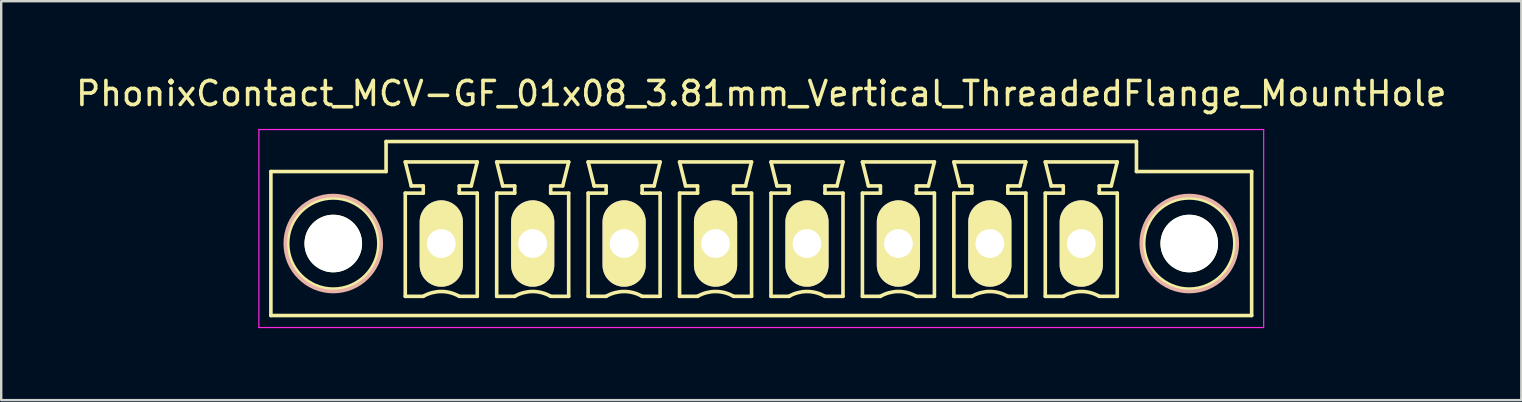
<source format=kicad_pcb>
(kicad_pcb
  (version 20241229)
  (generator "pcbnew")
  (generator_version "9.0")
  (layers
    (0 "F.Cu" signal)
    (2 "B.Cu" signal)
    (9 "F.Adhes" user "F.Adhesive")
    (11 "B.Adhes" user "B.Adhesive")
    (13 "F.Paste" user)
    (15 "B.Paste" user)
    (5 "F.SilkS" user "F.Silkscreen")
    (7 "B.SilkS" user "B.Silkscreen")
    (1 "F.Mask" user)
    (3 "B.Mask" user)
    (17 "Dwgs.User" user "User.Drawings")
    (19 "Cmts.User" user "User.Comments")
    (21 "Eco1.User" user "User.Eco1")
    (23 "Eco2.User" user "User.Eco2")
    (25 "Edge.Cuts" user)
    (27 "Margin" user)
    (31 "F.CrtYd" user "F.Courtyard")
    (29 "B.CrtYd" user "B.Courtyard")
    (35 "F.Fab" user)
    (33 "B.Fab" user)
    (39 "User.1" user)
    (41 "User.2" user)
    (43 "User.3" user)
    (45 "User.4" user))
  (footprint "PhonixContact_MCV-GF_01x08_3.81mm_Vertical_ThreadedFlange_MountHole"
    (layer "F.Cu")
    (at 15.338 7.098)
    (property "Reference" "PhonixContact_MCV-GF_01x08_3.81mm_Vertical_ThreadedFlange_MountHole" (at 13.335 -6.25 0) (layer "F.SilkS") (effects (font (size 1 1) (thickness 0.15))))
    (attr through_hole)
    (fp_line (start -7.1 -3) (end -7.1 3) (stroke (width 0.15) (type solid)) (layer "F.SilkS"))
    (fp_line (start -7.1 3) (end 33.77 3) (stroke (width 0.15) (type solid)) (layer "F.SilkS"))
    (fp_line (start -2.3 -4.25) (end -2.3 -3) (stroke (width 0.15) (type solid)) (layer "F.SilkS"))
    (fp_line (start -2.3 -3) (end -7.1 -3) (stroke (width 0.15) (type solid)) (layer "F.SilkS"))
    (fp_line (start -1.5 -3.4) (end 1.5 -3.4) (stroke (width 0.15) (type solid)) (layer "F.SilkS"))
    (fp_line (start -1.5 -2.1) (end -0.75 -2.1) (stroke (width 0.15) (type solid)) (layer "F.SilkS"))
    (fp_line (start -1.5 2.2) (end -1.5 -2.1) (stroke (width 0.15) (type solid)) (layer "F.SilkS"))
    (fp_line (start -1.25 -2.4) (end -1.5 -3.4) (stroke (width 0.15) (type solid)) (layer "F.SilkS"))
    (fp_line (start -0.75 -2.4) (end -1.25 -2.4) (stroke (width 0.15) (type solid)) (layer "F.SilkS"))
    (fp_line (start -0.75 -2.1) (end -0.75 -2.4) (stroke (width 0.15) (type solid)) (layer "F.SilkS"))
    (fp_line (start -0.75 2.2) (end -1.5 2.2) (stroke (width 0.15) (type solid)) (layer "F.SilkS"))
    (fp_line (start 0.75 -2.4) (end 0.75 -2.1) (stroke (width 0.15) (type solid)) (layer "F.SilkS"))
    (fp_line (start 0.75 -2.1) (end 0.75 -2.1) (stroke (width 0.15) (type solid)) (layer "F.SilkS"))
    (fp_line (start 0.75 -2.1) (end 1.5 -2.1) (stroke (width 0.15) (type solid)) (layer "F.SilkS"))
    (fp_line (start 1.25 -2.4) (end 0.75 -2.4) (stroke (width 0.15) (type solid)) (layer "F.SilkS"))
    (fp_line (start 1.5 -3.4) (end 1.25 -2.4) (stroke (width 0.15) (type solid)) (layer "F.SilkS"))
    (fp_line (start 1.5 -2.1) (end 1.5 2.2) (stroke (width 0.15) (type solid)) (layer "F.SilkS"))
    (fp_line (start 1.5 2.2) (end 0.75 2.2) (stroke (width 0.15) (type solid)) (layer "F.SilkS"))
    (fp_line (start 2.31 -3.4) (end 5.31 -3.4) (stroke (width 0.15) (type solid)) (layer "F.SilkS"))
    (fp_line (start 2.31 -2.1) (end 3.06 -2.1) (stroke (width 0.15) (type solid)) (layer "F.SilkS"))
    (fp_line (start 2.31 2.2) (end 2.31 -2.1) (stroke (width 0.15) (type solid)) (layer "F.SilkS"))
    (fp_line (start 2.56 -2.4) (end 2.31 -3.4) (stroke (width 0.15) (type solid)) (layer "F.SilkS"))
    (fp_line (start 3.06 -2.4) (end 2.56 -2.4) (stroke (width 0.15) (type solid)) (layer "F.SilkS"))
    (fp_line (start 3.06 -2.1) (end 3.06 -2.4) (stroke (width 0.15) (type solid)) (layer "F.SilkS"))
    (fp_line (start 3.06 2.2) (end 2.31 2.2) (stroke (width 0.15) (type solid)) (layer "F.SilkS"))
    (fp_line (start 4.56 -2.4) (end 4.56 -2.1) (stroke (width 0.15) (type solid)) (layer "F.SilkS"))
    (fp_line (start 4.56 -2.1) (end 4.56 -2.1) (stroke (width 0.15) (type solid)) (layer "F.SilkS"))
    (fp_line (start 4.56 -2.1) (end 5.31 -2.1) (stroke (width 0.15) (type solid)) (layer "F.SilkS"))
    (fp_line (start 5.06 -2.4) (end 4.56 -2.4) (stroke (width 0.15) (type solid)) (layer "F.SilkS"))
    (fp_line (start 5.31 -3.4) (end 5.06 -2.4) (stroke (width 0.15) (type solid)) (layer "F.SilkS"))
    (fp_line (start 5.31 -2.1) (end 5.31 2.2) (stroke (width 0.15) (type solid)) (layer "F.SilkS"))
    (fp_line (start 5.31 2.2) (end 4.56 2.2) (stroke (width 0.15) (type solid)) (layer "F.SilkS"))
    (fp_line (start 6.12 -3.4) (end 9.12 -3.4) (stroke (width 0.15) (type solid)) (layer "F.SilkS"))
    (fp_line (start 6.12 -2.1) (end 6.87 -2.1) (stroke (width 0.15) (type solid)) (layer "F.SilkS"))
    (fp_line (start 6.12 2.2) (end 6.12 -2.1) (stroke (width 0.15) (type solid)) (layer "F.SilkS"))
    (fp_line (start 6.37 -2.4) (end 6.12 -3.4) (stroke (width 0.15) (type solid)) (layer "F.SilkS"))
    (fp_line (start 6.87 -2.4) (end 6.37 -2.4) (stroke (width 0.15) (type solid)) (layer "F.SilkS"))
    (fp_line (start 6.87 -2.1) (end 6.87 -2.4) (stroke (width 0.15) (type solid)) (layer "F.SilkS"))
    (fp_line (start 6.87 2.2) (end 6.12 2.2) (stroke (width 0.15) (type solid)) (layer "F.SilkS"))
    (fp_line (start 8.37 -2.4) (end 8.37 -2.1) (stroke (width 0.15) (type solid)) (layer "F.SilkS"))
    (fp_line (start 8.37 -2.1) (end 8.37 -2.1) (stroke (width 0.15) (type solid)) (layer "F.SilkS"))
    (fp_line (start 8.37 -2.1) (end 9.12 -2.1) (stroke (width 0.15) (type solid)) (layer "F.SilkS"))
    (fp_line (start 8.87 -2.4) (end 8.37 -2.4) (stroke (width 0.15) (type solid)) (layer "F.SilkS"))
    (fp_line (start 9.12 -3.4) (end 8.87 -2.4) (stroke (width 0.15) (type solid)) (layer "F.SilkS"))
    (fp_line (start 9.12 -2.1) (end 9.12 2.2) (stroke (width 0.15) (type solid)) (layer "F.SilkS"))
    (fp_line (start 9.12 2.2) (end 8.37 2.2) (stroke (width 0.15) (type solid)) (layer "F.SilkS"))
    (fp_line (start 9.93 -3.4) (end 12.93 -3.4) (stroke (width 0.15) (type solid)) (layer "F.SilkS"))
    (fp_line (start 9.93 -2.1) (end 10.68 -2.1) (stroke (width 0.15) (type solid)) (layer "F.SilkS"))
    (fp_line (start 9.93 2.2) (end 9.93 -2.1) (stroke (width 0.15) (type solid)) (layer "F.SilkS"))
    (fp_line (start 10.18 -2.4) (end 9.93 -3.4) (stroke (width 0.15) (type solid)) (layer "F.SilkS"))
    (fp_line (start 10.68 -2.4) (end 10.18 -2.4) (stroke (width 0.15) (type solid)) (layer "F.SilkS"))
    (fp_line (start 10.68 -2.1) (end 10.68 -2.4) (stroke (width 0.15) (type solid)) (layer "F.SilkS"))
    (fp_line (start 10.68 2.2) (end 9.93 2.2) (stroke (width 0.15) (type solid)) (layer "F.SilkS"))
    (fp_line (start 12.18 -2.4) (end 12.18 -2.1) (stroke (width 0.15) (type solid)) (layer "F.SilkS"))
    (fp_line (start 12.18 -2.1) (end 12.18 -2.1) (stroke (width 0.15) (type solid)) (layer "F.SilkS"))
    (fp_line (start 12.18 -2.1) (end 12.93 -2.1) (stroke (width 0.15) (type solid)) (layer "F.SilkS"))
    (fp_line (start 12.68 -2.4) (end 12.18 -2.4) (stroke (width 0.15) (type solid)) (layer "F.SilkS"))
    (fp_line (start 12.93 -3.4) (end 12.68 -2.4) (stroke (width 0.15) (type solid)) (layer "F.SilkS"))
    (fp_line (start 12.93 -2.1) (end 12.93 2.2) (stroke (width 0.15) (type solid)) (layer "F.SilkS"))
    (fp_line (start 12.93 2.2) (end 12.18 2.2) (stroke (width 0.15) (type solid)) (layer "F.SilkS"))
    (fp_line (start 13.74 -3.4) (end 16.74 -3.4) (stroke (width 0.15) (type solid)) (layer "F.SilkS"))
    (fp_line (start 13.74 -2.1) (end 14.49 -2.1) (stroke (width 0.15) (type solid)) (layer "F.SilkS"))
    (fp_line (start 13.74 2.2) (end 13.74 -2.1) (stroke (width 0.15) (type solid)) (layer "F.SilkS"))
    (fp_line (start 13.99 -2.4) (end 13.74 -3.4) (stroke (width 0.15) (type solid)) (layer "F.SilkS"))
    (fp_line (start 14.49 -2.4) (end 13.99 -2.4) (stroke (width 0.15) (type solid)) (layer "F.SilkS"))
    (fp_line (start 14.49 -2.1) (end 14.49 -2.4) (stroke (width 0.15) (type solid)) (layer "F.SilkS"))
    (fp_line (start 14.49 2.2) (end 13.74 2.2) (stroke (width 0.15) (type solid)) (layer "F.SilkS"))
    (fp_line (start 15.99 -2.4) (end 15.99 -2.1) (stroke (width 0.15) (type solid)) (layer "F.SilkS"))
    (fp_line (start 15.99 -2.1) (end 15.99 -2.1) (stroke (width 0.15) (type solid)) (layer "F.SilkS"))
    (fp_line (start 15.99 -2.1) (end 16.74 -2.1) (stroke (width 0.15) (type solid)) (layer "F.SilkS"))
    (fp_line (start 16.49 -2.4) (end 15.99 -2.4) (stroke (width 0.15) (type solid)) (layer "F.SilkS"))
    (fp_line (start 16.74 -3.4) (end 16.49 -2.4) (stroke (width 0.15) (type solid)) (layer "F.SilkS"))
    (fp_line (start 16.74 -2.1) (end 16.74 2.2) (stroke (width 0.15) (type solid)) (layer "F.SilkS"))
    (fp_line (start 16.74 2.2) (end 15.99 2.2) (stroke (width 0.15) (type solid)) (layer "F.SilkS"))
    (fp_line (start 17.55 -3.4) (end 20.55 -3.4) (stroke (width 0.15) (type solid)) (layer "F.SilkS"))
    (fp_line (start 17.55 -2.1) (end 18.3 -2.1) (stroke (width 0.15) (type solid)) (layer "F.SilkS"))
    (fp_line (start 17.55 2.2) (end 17.55 -2.1) (stroke (width 0.15) (type solid)) (layer "F.SilkS"))
    (fp_line (start 17.8 -2.4) (end 17.55 -3.4) (stroke (width 0.15) (type solid)) (layer "F.SilkS"))
    (fp_line (start 18.3 -2.4) (end 17.8 -2.4) (stroke (width 0.15) (type solid)) (layer "F.SilkS"))
    (fp_line (start 18.3 -2.1) (end 18.3 -2.4) (stroke (width 0.15) (type solid)) (layer "F.SilkS"))
    (fp_line (start 18.3 2.2) (end 17.55 2.2) (stroke (width 0.15) (type solid)) (layer "F.SilkS"))
    (fp_line (start 19.8 -2.4) (end 19.8 -2.1) (stroke (width 0.15) (type solid)) (layer "F.SilkS"))
    (fp_line (start 19.8 -2.1) (end 19.8 -2.1) (stroke (width 0.15) (type solid)) (layer "F.SilkS"))
    (fp_line (start 19.8 -2.1) (end 20.55 -2.1) (stroke (width 0.15) (type solid)) (layer "F.SilkS"))
    (fp_line (start 20.3 -2.4) (end 19.8 -2.4) (stroke (width 0.15) (type solid)) (layer "F.SilkS"))
    (fp_line (start 20.55 -3.4) (end 20.3 -2.4) (stroke (width 0.15) (type solid)) (layer "F.SilkS"))
    (fp_line (start 20.55 -2.1) (end 20.55 2.2) (stroke (width 0.15) (type solid)) (layer "F.SilkS"))
    (fp_line (start 20.55 2.2) (end 19.8 2.2) (stroke (width 0.15) (type solid)) (layer "F.SilkS"))
    (fp_line (start 21.36 -3.4) (end 24.36 -3.4) (stroke (width 0.15) (type solid)) (layer "F.SilkS"))
    (fp_line (start 21.36 -2.1) (end 22.11 -2.1) (stroke (width 0.15) (type solid)) (layer "F.SilkS"))
    (fp_line (start 21.36 2.2) (end 21.36 -2.1) (stroke (width 0.15) (type solid)) (layer "F.SilkS"))
    (fp_line (start 21.61 -2.4) (end 21.36 -3.4) (stroke (width 0.15) (type solid)) (layer "F.SilkS"))
    (fp_line (start 22.11 -2.4) (end 21.61 -2.4) (stroke (width 0.15) (type solid)) (layer "F.SilkS"))
    (fp_line (start 22.11 -2.1) (end 22.11 -2.4) (stroke (width 0.15) (type solid)) (layer "F.SilkS"))
    (fp_line (start 22.11 2.2) (end 21.36 2.2) (stroke (width 0.15) (type solid)) (layer "F.SilkS"))
    (fp_line (start 23.61 -2.4) (end 23.61 -2.1) (stroke (width 0.15) (type solid)) (layer "F.SilkS"))
    (fp_line (start 23.61 -2.1) (end 23.61 -2.1) (stroke (width 0.15) (type solid)) (layer "F.SilkS"))
    (fp_line (start 23.61 -2.1) (end 24.36 -2.1) (stroke (width 0.15) (type solid)) (layer "F.SilkS"))
    (fp_line (start 24.11 -2.4) (end 23.61 -2.4) (stroke (width 0.15) (type solid)) (layer "F.SilkS"))
    (fp_line (start 24.36 -3.4) (end 24.11 -2.4) (stroke (width 0.15) (type solid)) (layer "F.SilkS"))
    (fp_line (start 24.36 -2.1) (end 24.36 2.2) (stroke (width 0.15) (type solid)) (layer "F.SilkS"))
    (fp_line (start 24.36 2.2) (end 23.61 2.2) (stroke (width 0.15) (type solid)) (layer "F.SilkS"))
    (fp_line (start 25.17 -3.4) (end 28.17 -3.4) (stroke (width 0.15) (type solid)) (layer "F.SilkS"))
    (fp_line (start 25.17 -2.1) (end 25.92 -2.1) (stroke (width 0.15) (type solid)) (layer "F.SilkS"))
    (fp_line (start 25.17 2.2) (end 25.17 -2.1) (stroke (width 0.15) (type solid)) (layer "F.SilkS"))
    (fp_line (start 25.42 -2.4) (end 25.17 -3.4) (stroke (width 0.15) (type solid)) (layer "F.SilkS"))
    (fp_line (start 25.92 -2.4) (end 25.42 -2.4) (stroke (width 0.15) (type solid)) (layer "F.SilkS"))
    (fp_line (start 25.92 -2.1) (end 25.92 -2.4) (stroke (width 0.15) (type solid)) (layer "F.SilkS"))
    (fp_line (start 25.92 2.2) (end 25.17 2.2) (stroke (width 0.15) (type solid)) (layer "F.SilkS"))
    (fp_line (start 27.42 -2.4) (end 27.42 -2.1) (stroke (width 0.15) (type solid)) (layer "F.SilkS"))
    (fp_line (start 27.42 -2.1) (end 27.42 -2.1) (stroke (width 0.15) (type solid)) (layer "F.SilkS"))
    (fp_line (start 27.42 -2.1) (end 28.17 -2.1) (stroke (width 0.15) (type solid)) (layer "F.SilkS"))
    (fp_line (start 27.92 -2.4) (end 27.42 -2.4) (stroke (width 0.15) (type solid)) (layer "F.SilkS"))
    (fp_line (start 28.17 -3.4) (end 27.92 -2.4) (stroke (width 0.15) (type solid)) (layer "F.SilkS"))
    (fp_line (start 28.17 -2.1) (end 28.17 2.2) (stroke (width 0.15) (type solid)) (layer "F.SilkS"))
    (fp_line (start 28.17 2.2) (end 27.42 2.2) (stroke (width 0.15) (type solid)) (layer "F.SilkS"))
    (fp_line (start 28.97 -4.25) (end -2.3 -4.25) (stroke (width 0.15) (type solid)) (layer "F.SilkS"))
    (fp_line (start 28.97 -3) (end 28.97 -4.25) (stroke (width 0.15) (type solid)) (layer "F.SilkS"))
    (fp_line (start 33.77 -3) (end 28.97 -3) (stroke (width 0.15) (type solid)) (layer "F.SilkS"))
    (fp_line (start 33.77 3) (end 33.77 -3) (stroke (width 0.15) (type solid)) (layer "F.SilkS"))
    (fp_arc (start -0.75 2.2) (mid -0.006068 1.999179) (end 0.739464 2.193978) (stroke (width 0.15) (type solid)) (layer "F.SilkS"))
    (fp_arc (start 3.06 2.2) (mid 3.803932 1.999179) (end 4.549464 2.193978) (stroke (width 0.15) (type solid)) (layer "F.SilkS"))
    (fp_arc (start 6.87 2.2) (mid 7.613932 1.999179) (end 8.359464 2.193978) (stroke (width 0.15) (type solid)) (layer "F.SilkS"))
    (fp_arc (start 10.68 2.2) (mid 11.423932 1.999179) (end 12.169464 2.193978) (stroke (width 0.15) (type solid)) (layer "F.SilkS"))
    (fp_arc (start 14.49 2.2) (mid 15.233932 1.999179) (end 15.979464 2.193978) (stroke (width 0.15) (type solid)) (layer "F.SilkS"))
    (fp_arc (start 18.3 2.2) (mid 19.043932 1.999179) (end 19.789464 2.193978) (stroke (width 0.15) (type solid)) (layer "F.SilkS"))
    (fp_arc (start 22.11 2.2) (mid 22.853932 1.999179) (end 23.599464 2.193978) (stroke (width 0.15) (type solid)) (layer "F.SilkS"))
    (fp_arc (start 25.92 2.2) (mid 26.663932 1.999179) (end 27.409464 2.193978) (stroke (width 0.15) (type solid)) (layer "F.SilkS"))
    (fp_circle (center -4.5 0) (end -2.6 0) (stroke (width 0.15) (type solid)) (fill no) (layer "F.SilkS"))
    (fp_circle (center 31.17 0) (end 33.07 0) (stroke (width 0.15) (type solid)) (fill no) (layer "F.SilkS"))
    (fp_circle (center -4.5 0) (end -2.5 0) (stroke (width 0.15) (type solid)) (fill no) (layer "B.SilkS"))
    (fp_circle (center 31.17 0) (end 33.17 0) (stroke (width 0.15) (type solid)) (fill no) (layer "B.SilkS"))
    (fp_line (start -7.6 -4.75) (end -7.6 3.5) (stroke (width 0.05) (type solid)) (layer "F.CrtYd"))
    (fp_line (start -7.6 3.5) (end 34.27 3.5) (stroke (width 0.05) (type solid)) (layer "F.CrtYd"))
    (fp_line (start 34.27 -4.75) (end -7.6 -4.75) (stroke (width 0.05) (type solid)) (layer "F.CrtYd"))
    (fp_line (start 34.27 3.5) (end 34.27 -4.75) (stroke (width 0.05) (type solid)) (layer "F.CrtYd"))
    (pad "" np_thru_hole circle (at -4.5 0) (size 2.4 2.4) (drill 2.4) (layers "*.Cu" "*.Mask" "F.SilkS"))
    (pad "" np_thru_hole circle (at 31.17 0) (size 2.4 2.4) (drill 2.4) (layers "*.Cu" "*.Mask" "F.SilkS"))
    (pad "1" thru_hole oval (at 0 0) (size 1.8 3.6) (drill 1.2) (layers "*.Cu" "*.Mask" "F.SilkS"))
    (pad "2" thru_hole oval (at 3.81 0) (size 1.8 3.6) (drill 1.2) (layers "*.Cu" "*.Mask" "F.SilkS"))
    (pad "3" thru_hole oval (at 7.62 0) (size 1.8 3.6) (drill 1.2) (layers "*.Cu" "*.Mask" "F.SilkS"))
    (pad "4" thru_hole oval (at 11.43 0) (size 1.8 3.6) (drill 1.2) (layers "*.Cu" "*.Mask" "F.SilkS"))
    (pad "5" thru_hole oval (at 15.24 0) (size 1.8 3.6) (drill 1.2) (layers "*.Cu" "*.Mask" "F.SilkS"))
    (pad "6" thru_hole oval (at 19.05 0) (size 1.8 3.6) (drill 1.2) (layers "*.Cu" "*.Mask" "F.SilkS"))
    (pad "7" thru_hole oval (at 22.86 0) (size 1.8 3.6) (drill 1.2) (layers "*.Cu" "*.Mask" "F.SilkS"))
    (pad "8" thru_hole oval (at 26.67 0) (size 1.8 3.6) (drill 1.2) (layers "*.Cu" "*.Mask" "F.SilkS")))
  (gr_rect
    (start -3 -3)
    (end 60.345 13.623)
    (stroke (width 0.1) (type default))
    (fill no)
    (layer "Edge.Cuts")))
</source>
